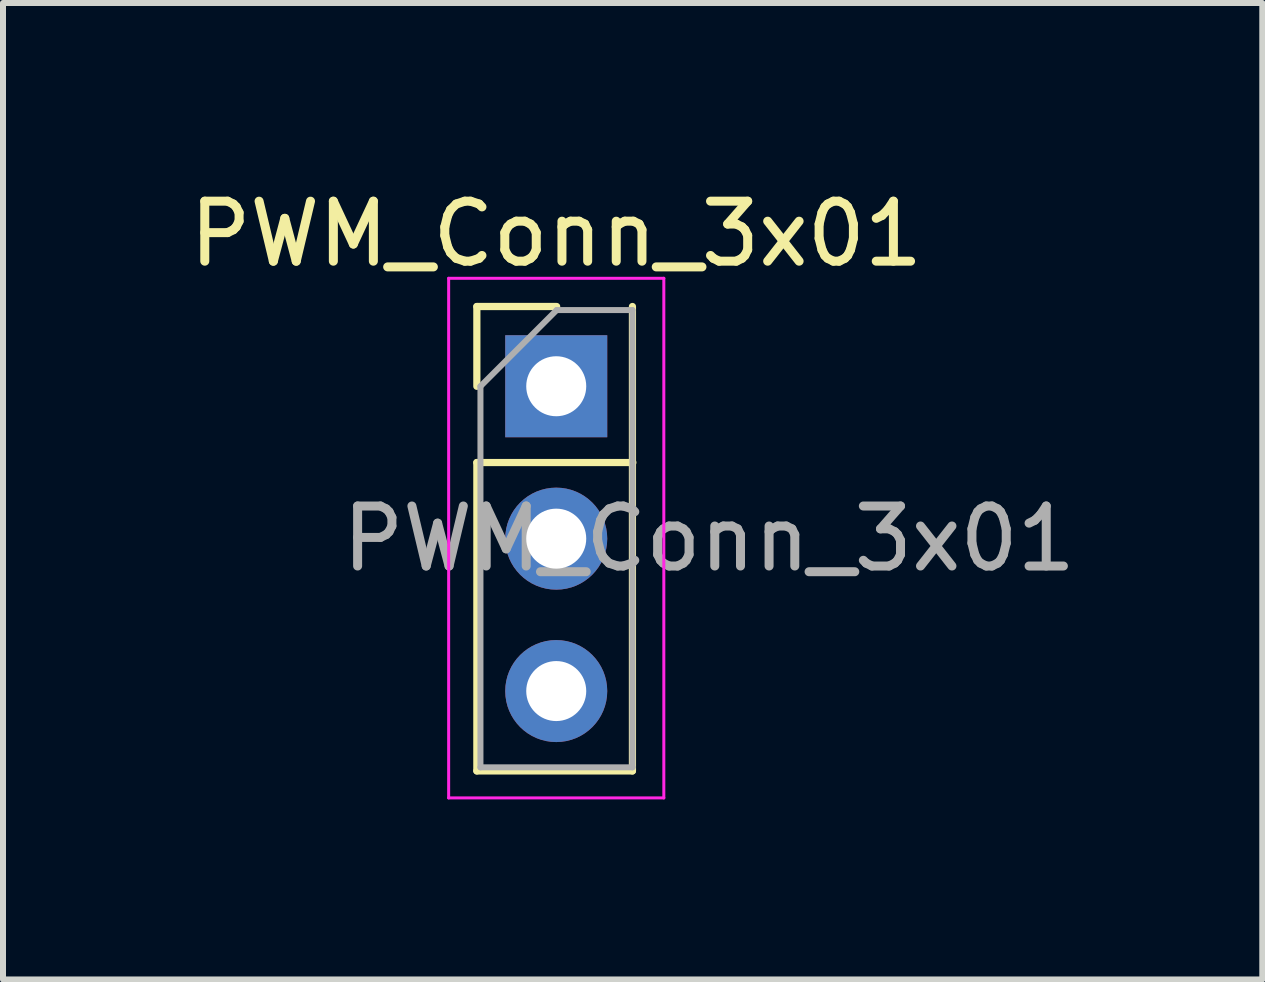
<source format=kicad_pcb>
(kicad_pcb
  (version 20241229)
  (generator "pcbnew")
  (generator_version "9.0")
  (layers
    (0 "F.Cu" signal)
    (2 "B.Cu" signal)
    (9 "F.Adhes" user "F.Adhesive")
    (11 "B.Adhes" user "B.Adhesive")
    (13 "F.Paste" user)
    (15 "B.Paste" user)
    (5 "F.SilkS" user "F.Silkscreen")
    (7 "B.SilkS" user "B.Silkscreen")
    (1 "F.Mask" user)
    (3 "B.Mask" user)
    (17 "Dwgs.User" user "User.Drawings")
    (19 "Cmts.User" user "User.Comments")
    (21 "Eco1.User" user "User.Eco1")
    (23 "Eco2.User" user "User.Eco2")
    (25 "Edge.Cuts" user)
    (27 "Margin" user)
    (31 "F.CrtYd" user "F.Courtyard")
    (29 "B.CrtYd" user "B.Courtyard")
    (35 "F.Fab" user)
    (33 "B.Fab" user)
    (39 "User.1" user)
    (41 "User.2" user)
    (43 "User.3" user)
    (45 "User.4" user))
  (footprint "PWM_Conn_3x01"
    (layer "F.Cu")
    (at 6.22 5.927)
    (property "Reference" "PWM_Conn_3x01" (at 0 -5.079 0) (unlocked yes) (layer "F.SilkS") (effects (font (size 1 1) (thickness 0.15))))
    (attr through_hole)
    (fp_line (start -1.323 -3.869) (end 0.007 -3.869) (stroke (width 0.12) (type solid)) (layer "F.SilkS"))
    (fp_line (start -1.323 -2.539) (end -1.323 -3.869) (stroke (width 0.12) (type solid)) (layer "F.SilkS"))
    (fp_line (start -1.323 -1.269) (end -1.323 3.871) (stroke (width 0.12) (type solid)) (layer "F.SilkS"))
    (fp_line (start -1.323 -1.269) (end 1.277 -1.269) (stroke (width 0.12) (type solid)) (layer "F.SilkS"))
    (fp_line (start -1.323 3.871) (end 1.27 3.871) (stroke (width 0.12) (type solid)) (layer "F.SilkS"))
    (fp_line (start 1.27 -3.869) (end 1.27 3.871) (stroke (width 0.12) (type solid)) (layer "F.SilkS"))
    (fp_line (start -1.793 -4.339) (end -1.793 4.321) (stroke (width 0.05) (type solid)) (layer "F.CrtYd"))
    (fp_line (start -1.793 4.321) (end 1.793 4.321) (stroke (width 0.05) (type solid)) (layer "F.CrtYd"))
    (fp_line (start 1.793 -4.339) (end -1.793 -4.339) (stroke (width 0.05) (type solid)) (layer "F.CrtYd"))
    (fp_line (start 1.793 4.321) (end 1.793 -4.339) (stroke (width 0.05) (type solid)) (layer "F.CrtYd"))
    (fp_line (start -1.263 -2.539) (end 0.007 -3.809) (stroke (width 0.1) (type solid)) (layer "F.Fab"))
    (fp_line (start -1.263 3.811) (end -1.263 -2.539) (stroke (width 0.1) (type solid)) (layer "F.Fab"))
    (fp_line (start 0.007 -3.809) (end 1.27 -3.809) (stroke (width 0.1) (type solid)) (layer "F.Fab"))
    (fp_line (start 1.27 -3.809) (end 1.27 3.811) (stroke (width 0.1) (type solid)) (layer "F.Fab"))
    (fp_line (start 1.27 3.811) (end -1.263 3.811) (stroke (width 0.1) (type solid)) (layer "F.Fab"))
    (fp_text user "${REFERENCE}" (at 2.547 0.001 180) (layer "F.Fab") (effects (font (size 1 1) (thickness 0.15))))
    (pad "1" thru_hole rect (at 0 -2.54) (size 1.7 1.7) (drill 1) (layers "*.Cu" "*.Mask"))
    (pad "2" thru_hole oval (at 0 0) (size 1.7 1.7) (drill 1) (layers "*.Cu" "*.Mask"))
    (pad "3" thru_hole oval (at 0 2.54) (size 1.7 1.7) (drill 1) (layers "*.Cu" "*.Mask")))
  (gr_rect
    (start -3 -3)
    (end 17.987 13.273)
    (stroke (width 0.1) (type default))
    (fill no)
    (layer "Edge.Cuts")))
</source>
